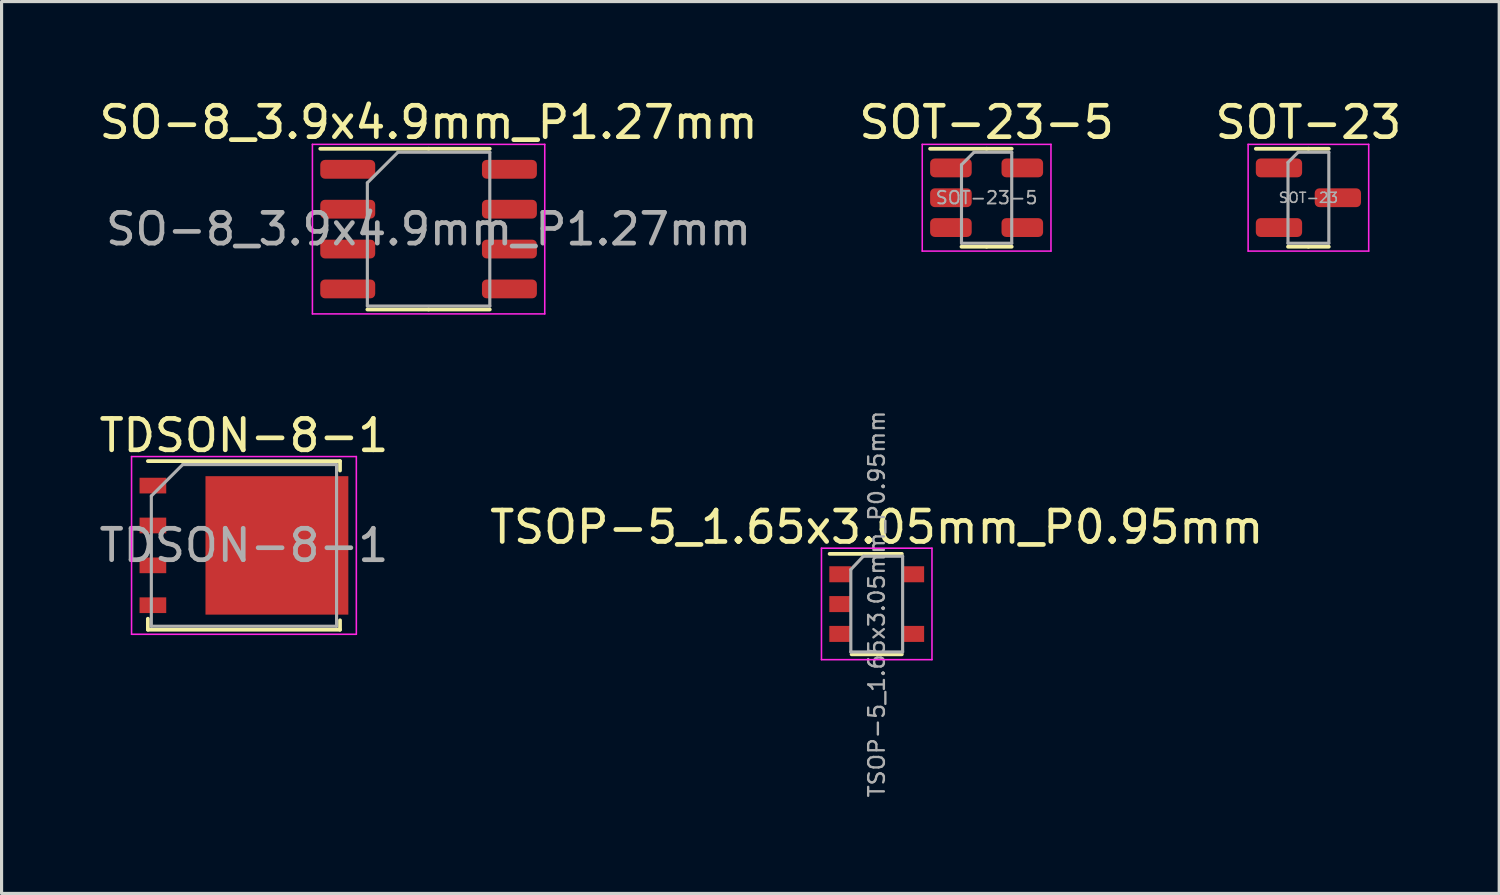
<source format=kicad_pcb>
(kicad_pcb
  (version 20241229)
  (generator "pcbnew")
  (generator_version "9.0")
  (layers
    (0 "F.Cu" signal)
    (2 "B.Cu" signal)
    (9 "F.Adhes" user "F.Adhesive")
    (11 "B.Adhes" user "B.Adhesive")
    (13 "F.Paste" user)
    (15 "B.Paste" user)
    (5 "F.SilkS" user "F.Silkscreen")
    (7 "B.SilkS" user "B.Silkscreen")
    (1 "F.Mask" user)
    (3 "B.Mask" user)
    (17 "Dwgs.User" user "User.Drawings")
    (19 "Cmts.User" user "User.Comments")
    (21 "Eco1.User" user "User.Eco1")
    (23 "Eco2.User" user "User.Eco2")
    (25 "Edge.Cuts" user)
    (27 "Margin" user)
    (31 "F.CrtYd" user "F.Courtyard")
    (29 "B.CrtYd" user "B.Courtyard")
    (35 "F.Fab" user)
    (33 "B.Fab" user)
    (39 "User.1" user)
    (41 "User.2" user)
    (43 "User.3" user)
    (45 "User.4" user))
  (footprint "TSOP-5_1.65x3.05mm_P0.95mm"
    (layer "F.Cu")
    (at 24.875 16.191)
    (property "Reference" "TSOP-5_1.65x3.05mm_P0.95mm" (at 0 -2.45 0) (layer "F.SilkS") (effects (font (size 1 1) (thickness 0.15))))
    (attr smd)
    (fp_line (start -0.8 1.6) (end 0.8 1.6) (stroke (width 0.12) (type solid)) (layer "F.SilkS"))
    (fp_line (start 0.8 -1.6) (end -1.5 -1.6) (stroke (width 0.12) (type solid)) (layer "F.SilkS"))
    (fp_line (start -1.76 -1.78) (end -1.76 1.77) (stroke (width 0.05) (type solid)) (layer "F.CrtYd"))
    (fp_line (start -1.76 -1.78) (end 1.76 -1.78) (stroke (width 0.05) (type solid)) (layer "F.CrtYd"))
    (fp_line (start 1.76 1.77) (end -1.76 1.77) (stroke (width 0.05) (type solid)) (layer "F.CrtYd"))
    (fp_line (start 1.76 1.77) (end 1.76 -1.78) (stroke (width 0.05) (type solid)) (layer "F.CrtYd"))
    (fp_line (start -0.825 -1.1) (end -0.825 1.525) (stroke (width 0.1) (type solid)) (layer "F.Fab"))
    (fp_line (start -0.825 -1.1) (end -0.425 -1.525) (stroke (width 0.1) (type solid)) (layer "F.Fab"))
    (fp_line (start 0.825 -1.525) (end -0.425 -1.525) (stroke (width 0.1) (type solid)) (layer "F.Fab"))
    (fp_line (start 0.825 -1.525) (end 0.825 1.525) (stroke (width 0.1) (type solid)) (layer "F.Fab"))
    (fp_line (start 0.825 1.525) (end -0.825 1.525) (stroke (width 0.1) (type solid)) (layer "F.Fab"))
    (fp_text user "${REFERENCE}" (at 0 0 90) (layer "F.Fab") (effects (font (size 0.5 0.5) (thickness 0.075))))
    (pad "1" smd rect (at -1.16 -0.95) (size 0.7 0.51) (layers "F.Cu" "F.Mask" "F.Paste"))
    (pad "2" smd rect (at -1.16 0) (size 0.7 0.51) (layers "F.Cu" "F.Mask" "F.Paste"))
    (pad "3" smd rect (at -1.16 0.95) (size 0.7 0.51) (layers "F.Cu" "F.Mask" "F.Paste"))
    (pad "4" smd rect (at 1.16 0.95) (size 0.7 0.51) (layers "F.Cu" "F.Mask" "F.Paste"))
    (pad "5" smd rect (at 1.16 -0.95) (size 0.7 0.51) (layers "F.Cu" "F.Mask" "F.Paste")))
  (footprint "TDSON-8-1"
    (layer "F.Cu")
    (at 4.72 14.322)
    (property "Reference" "TDSON-8-1" (at 0 -3.5 0) (layer "F.SilkS") (effects (font (size 1 1) (thickness 0.15))))
    (attr smd)
    (fp_line (start -3.06 2.335) (end -3.06 2.685) (stroke (width 0.12) (type solid)) (layer "F.SilkS"))
    (fp_line (start 3.06 -2.685) (end -3.06 -2.685) (stroke (width 0.12) (type solid)) (layer "F.SilkS"))
    (fp_line (start 3.06 -2.385) (end 3.06 -2.685) (stroke (width 0.12) (type solid)) (layer "F.SilkS"))
    (fp_line (start 3.06 2.385) (end 3.06 2.685) (stroke (width 0.12) (type solid)) (layer "F.SilkS"))
    (fp_line (start 3.06 2.685) (end -3.06 2.685) (stroke (width 0.12) (type solid)) (layer "F.SilkS"))
    (fp_line (start -3.58 -2.83) (end -3.58 2.83) (stroke (width 0.05) (type solid)) (layer "F.CrtYd"))
    (fp_line (start -3.58 2.83) (end 3.58 2.83) (stroke (width 0.05) (type solid)) (layer "F.CrtYd"))
    (fp_line (start 3.58 -2.83) (end -3.58 -2.83) (stroke (width 0.05) (type solid)) (layer "F.CrtYd"))
    (fp_line (start 3.58 2.83) (end 3.58 -2.83) (stroke (width 0.05) (type solid)) (layer "F.CrtYd"))
    (fp_line (start -2.95 2.575) (end -2.95 -1.575) (stroke (width 0.1) (type solid)) (layer "F.Fab"))
    (fp_line (start -1.95 -2.575) (end -2.95 -1.575) (stroke (width 0.1) (type solid)) (layer "F.Fab"))
    (fp_line (start -1.95 -2.575) (end 2.95 -2.575) (stroke (width 0.1) (type solid)) (layer "F.Fab"))
    (fp_line (start 2.95 -2.575) (end 2.95 2.575) (stroke (width 0.1) (type solid)) (layer "F.Fab"))
    (fp_line (start 2.95 2.575) (end -2.95 2.575) (stroke (width 0.1) (type solid)) (layer "F.Fab"))
    (fp_text user "${REFERENCE}" (at 0 0 0) (layer "F.Fab") (effects (font (size 1 1) (thickness 0.15))))
    (pad "" smd rect (at -0.2 -0.85) (size 1.5 1.5) (layers "F.Paste"))
    (pad "" smd rect (at -0.2 0.85) (size 1.5 1.5) (layers "F.Paste"))
    (pad "" smd custom (at 0.65 0) (size 3.75 4.41) (layers "F.Mask") (options (anchor rect)) (primitives (gr_poly (pts (xy 1.875 -2.205) (xy 2.675 -2.205) (xy 2.675 -1.605) (xy 1.875 -1.605)) (width 0) (fill yes)) (gr_poly (pts (xy 1.875 -0.935) (xy 2.675 -0.935) (xy 2.675 -0.335) (xy 1.875 -0.335)) (width 0) (fill yes)) (gr_poly (pts (xy 1.875 0.335) (xy 2.675 0.335) (xy 2.675 0.935) (xy 1.875 0.935)) (width 0) (fill yes)) (gr_poly (pts (xy 1.875 1.605) (xy 2.675 1.605) (xy 2.675 2.205) (xy 1.875 2.205)) (width 0) (fill yes))))
    (pad "" smd rect (at 1.5 -0.85) (size 1.5 1.5) (layers "F.Paste"))
    (pad "" smd rect (at 1.5 0.85) (size 1.5 1.5) (layers "F.Paste"))
    (pad "" smd rect (at 2.905 -1.905) (size 0.75 0.5) (layers "F.Paste"))
    (pad "" smd rect (at 2.905 -0.635) (size 0.75 0.5) (layers "F.Paste"))
    (pad "" smd rect (at 2.905 0.635) (size 0.75 0.5) (layers "F.Paste"))
    (pad "" smd rect (at 2.905 1.905) (size 0.75 0.5) (layers "F.Paste"))
    (pad "1" smd rect (at -2.9 -1.905) (size 0.85 0.5) (layers "F.Cu" "F.Mask" "F.Paste"))
    (pad "2" smd rect (at -2.9 -0.635) (size 0.85 0.5) (layers "F.Cu" "F.Mask" "F.Paste"))
    (pad "3" smd rect (at -2.9 0.635) (size 0.85 0.5) (layers "F.Cu" "F.Mask" "F.Paste"))
    (pad "4" smd rect (at -2.9 1.905) (size 0.85 0.5) (layers "F.Cu" "F.Mask" "F.Paste"))
    (pad "5" smd rect (at 1.05 0) (size 4.55 4.41) (layers "F.Cu")))
  (footprint "SO-8_3.9x4.9mm_P1.27mm"
    (layer "F.Cu")
    (at 10.601 4.248)
    (property "Reference" "SO-8_3.9x4.9mm_P1.27mm" (at 0 -3.4 0) (layer "F.SilkS") (effects (font (size 1 1) (thickness 0.15))))
    (attr smd)
    (fp_line (start 0 -2.56) (end -3.45 -2.56) (stroke (width 0.12) (type solid)) (layer "F.SilkS"))
    (fp_line (start 0 -2.56) (end 1.95 -2.56) (stroke (width 0.12) (type solid)) (layer "F.SilkS"))
    (fp_line (start 0 2.56) (end -1.95 2.56) (stroke (width 0.12) (type solid)) (layer "F.SilkS"))
    (fp_line (start 0 2.56) (end 1.95 2.56) (stroke (width 0.12) (type solid)) (layer "F.SilkS"))
    (fp_line (start -3.7 -2.7) (end -3.7 2.7) (stroke (width 0.05) (type solid)) (layer "F.CrtYd"))
    (fp_line (start -3.7 2.7) (end 3.7 2.7) (stroke (width 0.05) (type solid)) (layer "F.CrtYd"))
    (fp_line (start 3.7 -2.7) (end -3.7 -2.7) (stroke (width 0.05) (type solid)) (layer "F.CrtYd"))
    (fp_line (start 3.7 2.7) (end 3.7 -2.7) (stroke (width 0.05) (type solid)) (layer "F.CrtYd"))
    (fp_line (start -1.95 -1.475) (end -0.975 -2.45) (stroke (width 0.1) (type solid)) (layer "F.Fab"))
    (fp_line (start -1.95 2.45) (end -1.95 -1.475) (stroke (width 0.1) (type solid)) (layer "F.Fab"))
    (fp_line (start -0.975 -2.45) (end 1.95 -2.45) (stroke (width 0.1) (type solid)) (layer "F.Fab"))
    (fp_line (start 1.95 -2.45) (end 1.95 2.45) (stroke (width 0.1) (type solid)) (layer "F.Fab"))
    (fp_line (start 1.95 2.45) (end -1.95 2.45) (stroke (width 0.1) (type solid)) (layer "F.Fab"))
    (fp_text user "${REFERENCE}" (at 0 0 0) (layer "F.Fab") (effects (font (size 0.98 0.98) (thickness 0.15))))
    (pad "1" smd roundrect (at -2.575 -1.905) (size 1.75 0.6) (layers "F.Cu" "F.Mask" "F.Paste") (roundrect_rratio 0.25))
    (pad "2" smd roundrect (at -2.575 -0.635) (size 1.75 0.6) (layers "F.Cu" "F.Mask" "F.Paste") (roundrect_rratio 0.25))
    (pad "3" smd roundrect (at -2.575 0.635) (size 1.75 0.6) (layers "F.Cu" "F.Mask" "F.Paste") (roundrect_rratio 0.25))
    (pad "4" smd roundrect (at -2.575 1.905) (size 1.75 0.6) (layers "F.Cu" "F.Mask" "F.Paste") (roundrect_rratio 0.25))
    (pad "5" smd roundrect (at 2.575 1.905) (size 1.75 0.6) (layers "F.Cu" "F.Mask" "F.Paste") (roundrect_rratio 0.25))
    (pad "6" smd roundrect (at 2.575 0.635) (size 1.75 0.6) (layers "F.Cu" "F.Mask" "F.Paste") (roundrect_rratio 0.25))
    (pad "7" smd roundrect (at 2.575 -0.635) (size 1.75 0.6) (layers "F.Cu" "F.Mask" "F.Paste") (roundrect_rratio 0.25))
    (pad "8" smd roundrect (at 2.575 -1.905) (size 1.75 0.6) (layers "F.Cu" "F.Mask" "F.Paste") (roundrect_rratio 0.25)))
  (footprint "SOT-23"
    (layer "F.Cu")
    (at 38.625 3.248)
    (property "Reference" "SOT-23" (at 0 -2.4 0) (layer "F.SilkS") (effects (font (size 1 1) (thickness 0.15))))
    (attr smd)
    (fp_line (start 0 -1.56) (end -1.675 -1.56) (stroke (width 0.12) (type solid)) (layer "F.SilkS"))
    (fp_line (start 0 -1.56) (end 0.65 -1.56) (stroke (width 0.12) (type solid)) (layer "F.SilkS"))
    (fp_line (start 0 1.56) (end -0.65 1.56) (stroke (width 0.12) (type solid)) (layer "F.SilkS"))
    (fp_line (start 0 1.56) (end 0.65 1.56) (stroke (width 0.12) (type solid)) (layer "F.SilkS"))
    (fp_line (start -1.92 -1.7) (end -1.92 1.7) (stroke (width 0.05) (type solid)) (layer "F.CrtYd"))
    (fp_line (start -1.92 1.7) (end 1.92 1.7) (stroke (width 0.05) (type solid)) (layer "F.CrtYd"))
    (fp_line (start 1.92 -1.7) (end -1.92 -1.7) (stroke (width 0.05) (type solid)) (layer "F.CrtYd"))
    (fp_line (start 1.92 1.7) (end 1.92 -1.7) (stroke (width 0.05) (type solid)) (layer "F.CrtYd"))
    (fp_line (start -0.65 -1.125) (end -0.325 -1.45) (stroke (width 0.1) (type solid)) (layer "F.Fab"))
    (fp_line (start -0.65 1.45) (end -0.65 -1.125) (stroke (width 0.1) (type solid)) (layer "F.Fab"))
    (fp_line (start -0.325 -1.45) (end 0.65 -1.45) (stroke (width 0.1) (type solid)) (layer "F.Fab"))
    (fp_line (start 0.65 -1.45) (end 0.65 1.45) (stroke (width 0.1) (type solid)) (layer "F.Fab"))
    (fp_line (start 0.65 1.45) (end -0.65 1.45) (stroke (width 0.1) (type solid)) (layer "F.Fab"))
    (fp_text user "${REFERENCE}" (at 0 0 0) (layer "F.Fab") (effects (font (size 0.32 0.32) (thickness 0.05))))
    (pad "1" smd roundrect (at -0.938 -0.95) (size 1.475 0.6) (layers "F.Cu" "F.Mask" "F.Paste") (roundrect_rratio 0.25))
    (pad "2" smd roundrect (at -0.938 0.95) (size 1.475 0.6) (layers "F.Cu" "F.Mask" "F.Paste") (roundrect_rratio 0.25))
    (pad "3" smd roundrect (at 0.938 0) (size 1.475 0.6) (layers "F.Cu" "F.Mask" "F.Paste") (roundrect_rratio 0.25)))
  (footprint "SOT-23-5"
    (layer "F.Cu")
    (at 28.375 3.248)
    (property "Reference" "SOT-23-5" (at 0 -2.4 0) (layer "F.SilkS") (effects (font (size 1 1) (thickness 0.15))))
    (attr smd)
    (fp_line (start 0 -1.56) (end -1.8 -1.56) (stroke (width 0.12) (type solid)) (layer "F.SilkS"))
    (fp_line (start 0 -1.56) (end 0.8 -1.56) (stroke (width 0.12) (type solid)) (layer "F.SilkS"))
    (fp_line (start 0 1.56) (end -0.8 1.56) (stroke (width 0.12) (type solid)) (layer "F.SilkS"))
    (fp_line (start 0 1.56) (end 0.8 1.56) (stroke (width 0.12) (type solid)) (layer "F.SilkS"))
    (fp_line (start -2.05 -1.7) (end -2.05 1.7) (stroke (width 0.05) (type solid)) (layer "F.CrtYd"))
    (fp_line (start -2.05 1.7) (end 2.05 1.7) (stroke (width 0.05) (type solid)) (layer "F.CrtYd"))
    (fp_line (start 2.05 -1.7) (end -2.05 -1.7) (stroke (width 0.05) (type solid)) (layer "F.CrtYd"))
    (fp_line (start 2.05 1.7) (end 2.05 -1.7) (stroke (width 0.05) (type solid)) (layer "F.CrtYd"))
    (fp_line (start -0.8 -1.05) (end -0.4 -1.45) (stroke (width 0.1) (type solid)) (layer "F.Fab"))
    (fp_line (start -0.8 1.45) (end -0.8 -1.05) (stroke (width 0.1) (type solid)) (layer "F.Fab"))
    (fp_line (start -0.4 -1.45) (end 0.8 -1.45) (stroke (width 0.1) (type solid)) (layer "F.Fab"))
    (fp_line (start 0.8 -1.45) (end 0.8 1.45) (stroke (width 0.1) (type solid)) (layer "F.Fab"))
    (fp_line (start 0.8 1.45) (end -0.8 1.45) (stroke (width 0.1) (type solid)) (layer "F.Fab"))
    (fp_text user "${REFERENCE}" (at 0 0 0) (layer "F.Fab") (effects (font (size 0.4 0.4) (thickness 0.06))))
    (pad "1" smd roundrect (at -1.137 -0.95) (size 1.325 0.6) (layers "F.Cu" "F.Mask" "F.Paste") (roundrect_rratio 0.25))
    (pad "2" smd roundrect (at -1.137 0) (size 1.325 0.6) (layers "F.Cu" "F.Mask" "F.Paste") (roundrect_rratio 0.25))
    (pad "3" smd roundrect (at -1.137 0.95) (size 1.325 0.6) (layers "F.Cu" "F.Mask" "F.Paste") (roundrect_rratio 0.25))
    (pad "4" smd roundrect (at 1.137 0.95) (size 1.325 0.6) (layers "F.Cu" "F.Mask" "F.Paste") (roundrect_rratio 0.25))
    (pad "5" smd roundrect (at 1.137 -0.95) (size 1.325 0.6) (layers "F.Cu" "F.Mask" "F.Paste") (roundrect_rratio 0.25)))
  (gr_rect
    (start -3 -3)
    (end 44.702 25.408)
    (stroke (width 0.1) (type default))
    (fill no)
    (layer "Edge.Cuts")))
</source>
